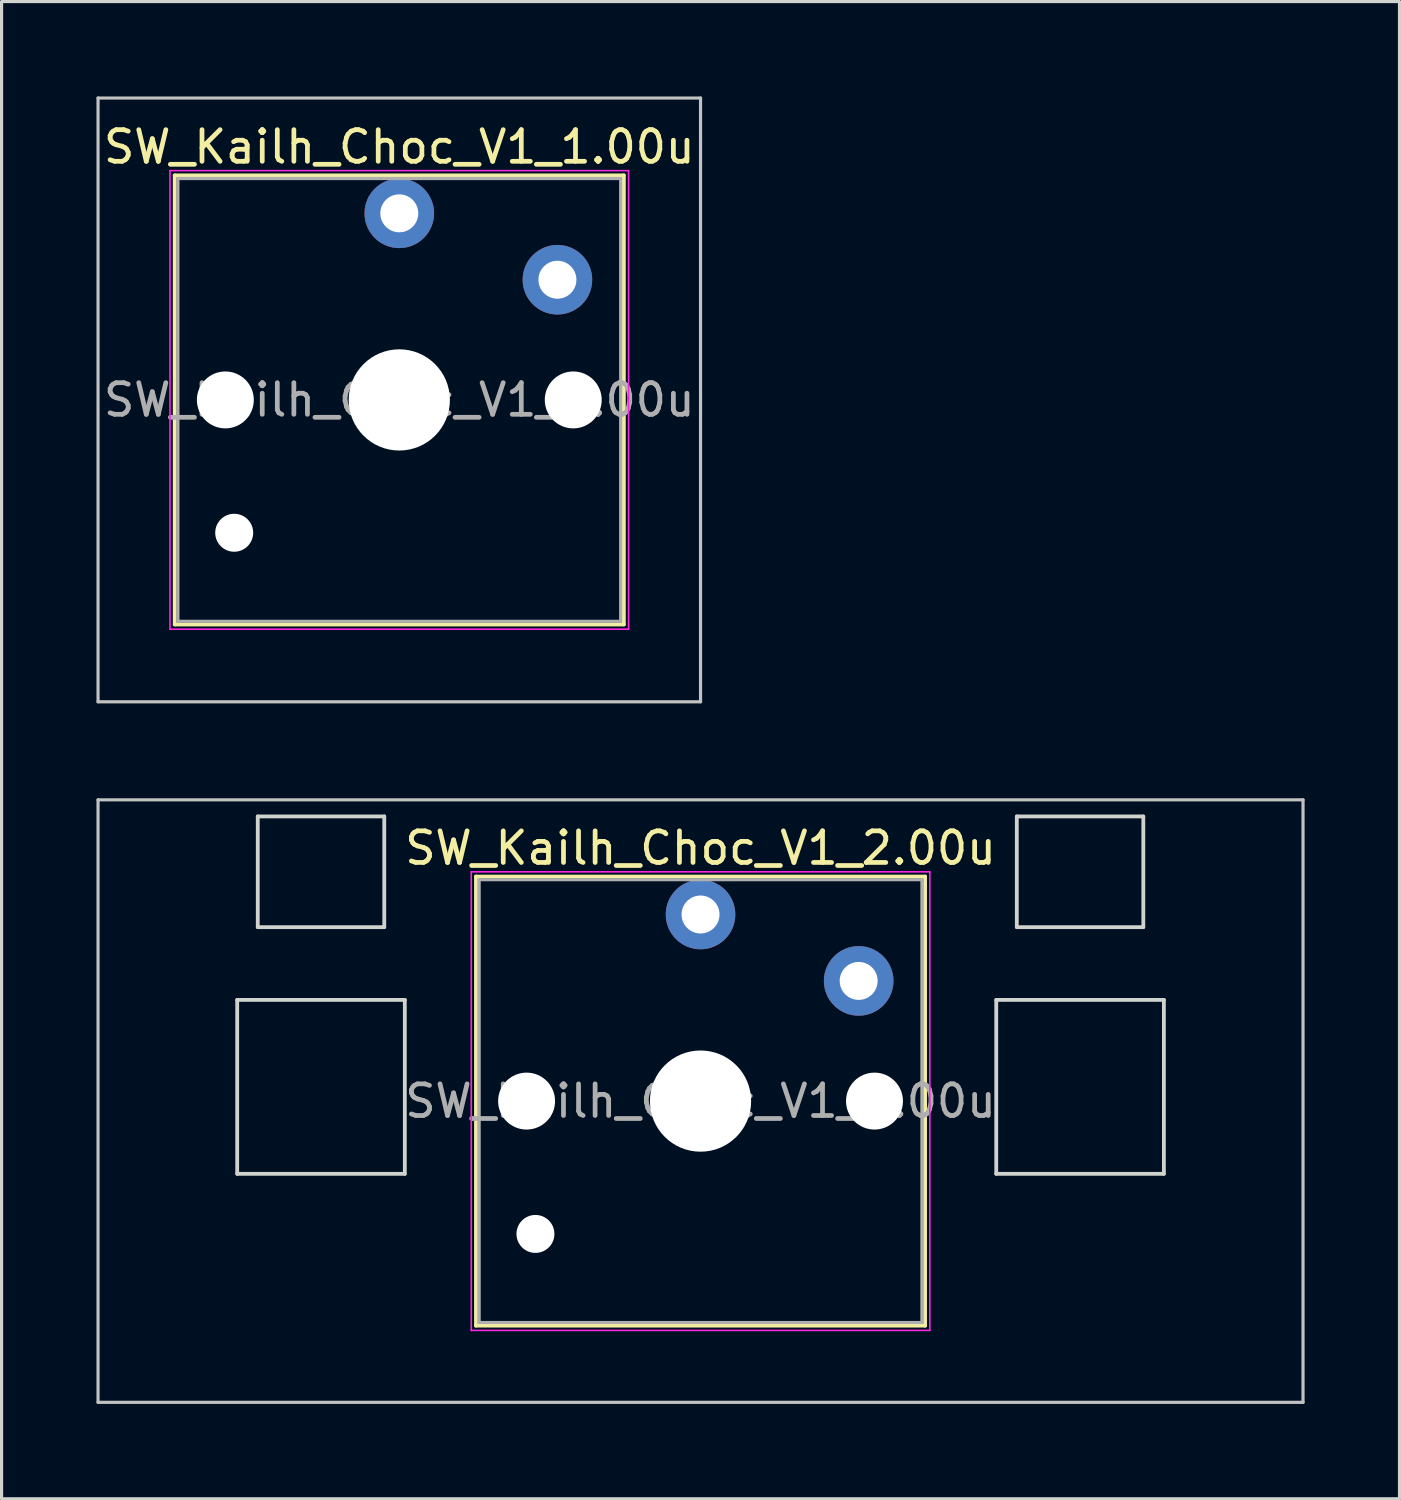
<source format=kicad_pcb>
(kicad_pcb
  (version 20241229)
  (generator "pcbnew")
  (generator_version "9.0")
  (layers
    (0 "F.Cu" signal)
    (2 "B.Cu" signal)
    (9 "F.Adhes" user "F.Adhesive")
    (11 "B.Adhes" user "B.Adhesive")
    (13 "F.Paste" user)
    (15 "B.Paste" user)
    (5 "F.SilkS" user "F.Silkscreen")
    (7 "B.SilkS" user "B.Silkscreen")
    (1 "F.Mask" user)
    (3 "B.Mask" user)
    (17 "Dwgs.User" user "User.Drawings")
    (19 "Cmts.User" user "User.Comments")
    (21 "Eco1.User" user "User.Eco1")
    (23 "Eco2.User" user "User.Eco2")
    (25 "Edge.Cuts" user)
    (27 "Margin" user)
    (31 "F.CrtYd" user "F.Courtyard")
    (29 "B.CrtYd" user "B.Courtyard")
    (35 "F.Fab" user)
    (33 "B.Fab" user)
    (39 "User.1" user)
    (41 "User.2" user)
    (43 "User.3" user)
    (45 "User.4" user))
  (footprint "SW_Kailh_Choc_V1_2.00u"
    (layer "F.Cu")
    (at 19.1 31.765)
    (property "Reference" "SW_Kailh_Choc_V1_2.00u" (at 0 -8 0) (layer "F.SilkS") (effects (font (size 1 1) (thickness 0.15))))
    (attr through_hole)
    (fp_line (start -7.1 -7.1) (end -7.1 7.1) (stroke (width 0.12) (type solid)) (layer "F.SilkS"))
    (fp_line (start -7.1 7.1) (end 7.1 7.1) (stroke (width 0.12) (type solid)) (layer "F.SilkS"))
    (fp_line (start 7.1 -7.1) (end -7.1 -7.1) (stroke (width 0.12) (type solid)) (layer "F.SilkS"))
    (fp_line (start 7.1 7.1) (end 7.1 -7.1) (stroke (width 0.12) (type solid)) (layer "F.SilkS"))
    (fp_line (start -19.05 -9.525) (end -19.05 9.525) (stroke (width 0.1) (type solid)) (layer "Dwgs.User"))
    (fp_line (start -19.05 -9.525) (end 19.05 -9.525) (stroke (width 0.1) (type solid)) (layer "Dwgs.User"))
    (fp_line (start -19.05 9.525) (end 19.05 9.525) (stroke (width 0.1) (type solid)) (layer "Dwgs.User"))
    (fp_line (start 19.05 -9.525) (end 19.05 9.525) (stroke (width 0.1) (type solid)) (layer "Dwgs.User"))
    (fp_line (start -14.65 -3.2) (end -14.65 2.3) (stroke (width 0.12) (type solid)) (layer "Edge.Cuts"))
    (fp_line (start -14.65 -3.2) (end -9.35 -3.2) (stroke (width 0.12) (type solid)) (layer "Edge.Cuts"))
    (fp_line (start -14.65 2.3) (end -9.35 2.3) (stroke (width 0.12) (type solid)) (layer "Edge.Cuts"))
    (fp_line (start -14 -9) (end -14 -5.5) (stroke (width 0.12) (type solid)) (layer "Edge.Cuts"))
    (fp_line (start -14 -9) (end -10 -9) (stroke (width 0.12) (type solid)) (layer "Edge.Cuts"))
    (fp_line (start -14 -5.5) (end -10 -5.5) (stroke (width 0.12) (type solid)) (layer "Edge.Cuts"))
    (fp_line (start -10 -5.5) (end -10 -9) (stroke (width 0.12) (type solid)) (layer "Edge.Cuts"))
    (fp_line (start -9.35 2.3) (end -9.35 -3.2) (stroke (width 0.12) (type solid)) (layer "Edge.Cuts"))
    (fp_line (start 9.35 -3.2) (end 9.35 2.3) (stroke (width 0.12) (type solid)) (layer "Edge.Cuts"))
    (fp_line (start 9.35 -3.2) (end 14.65 -3.2) (stroke (width 0.12) (type solid)) (layer "Edge.Cuts"))
    (fp_line (start 9.35 2.3) (end 14.65 2.3) (stroke (width 0.12) (type solid)) (layer "Edge.Cuts"))
    (fp_line (start 10 -9) (end 10 -5.5) (stroke (width 0.12) (type solid)) (layer "Edge.Cuts"))
    (fp_line (start 10 -9) (end 14 -9) (stroke (width 0.12) (type solid)) (layer "Edge.Cuts"))
    (fp_line (start 10 -5.5) (end 14 -5.5) (stroke (width 0.12) (type solid)) (layer "Edge.Cuts"))
    (fp_line (start 14 -5.5) (end 14 -9) (stroke (width 0.12) (type solid)) (layer "Edge.Cuts"))
    (fp_line (start 14.65 2.3) (end 14.65 -3.2) (stroke (width 0.12) (type solid)) (layer "Edge.Cuts"))
    (fp_line (start -7.25 -7.25) (end -7.25 7.25) (stroke (width 0.05) (type solid)) (layer "F.CrtYd"))
    (fp_line (start -7.25 7.25) (end 7.25 7.25) (stroke (width 0.05) (type solid)) (layer "F.CrtYd"))
    (fp_line (start 7.25 -7.25) (end -7.25 -7.25) (stroke (width 0.05) (type solid)) (layer "F.CrtYd"))
    (fp_line (start 7.25 7.25) (end 7.25 -7.25) (stroke (width 0.05) (type solid)) (layer "F.CrtYd"))
    (fp_line (start -7 -7) (end -7 7) (stroke (width 0.1) (type solid)) (layer "F.Fab"))
    (fp_line (start -7 7) (end 7 7) (stroke (width 0.1) (type solid)) (layer "F.Fab"))
    (fp_line (start 7 -7) (end -7 -7) (stroke (width 0.1) (type solid)) (layer "F.Fab"))
    (fp_line (start 7 7) (end 7 -7) (stroke (width 0.1) (type solid)) (layer "F.Fab"))
    (fp_text user "${REFERENCE}" (at 0 0 0) (layer "F.Fab") (effects (font (size 1 1) (thickness 0.15))))
    (pad "" np_thru_hole circle (at -5.5 0) (size 1.8 1.8) (drill 1.8) (layers "*.Cu" "*.Mask"))
    (pad "" np_thru_hole circle (at -5.22 4.2) (size 1.2 1.2) (drill 1.2) (layers "*.Cu" "*.Mask"))
    (pad "" np_thru_hole circle (at 0 0) (size 3.2 3.2) (drill 3.2) (layers "*.Cu" "*.Mask"))
    (pad "" np_thru_hole circle (at 5.5 0) (size 1.8 1.8) (drill 1.8) (layers "*.Cu" "*.Mask"))
    (pad "1" thru_hole circle (at 0 -5.9) (size 2.2 2.2) (drill 1.2) (layers "*.Cu" "B.Mask"))
    (pad "2" thru_hole circle (at 5 -3.8) (size 2.2 2.2) (drill 1.2) (layers "*.Cu" "B.Mask")))
  (footprint "SW_Kailh_Choc_V1_1.00u"
    (layer "F.Cu")
    (at 9.575 9.595)
    (property "Reference" "SW_Kailh_Choc_V1_1.00u" (at 0 -8 0) (layer "F.SilkS") (effects (font (size 1 1) (thickness 0.15))))
    (attr through_hole)
    (fp_line (start -7.1 -7.1) (end -7.1 7.1) (stroke (width 0.12) (type solid)) (layer "F.SilkS"))
    (fp_line (start -7.1 7.1) (end 7.1 7.1) (stroke (width 0.12) (type solid)) (layer "F.SilkS"))
    (fp_line (start 7.1 -7.1) (end -7.1 -7.1) (stroke (width 0.12) (type solid)) (layer "F.SilkS"))
    (fp_line (start 7.1 7.1) (end 7.1 -7.1) (stroke (width 0.12) (type solid)) (layer "F.SilkS"))
    (fp_line (start -9.525 -9.545) (end -9.525 9.545) (stroke (width 0.1) (type solid)) (layer "Dwgs.User"))
    (fp_line (start -9.525 -9.545) (end 9.525 -9.545) (stroke (width 0.1) (type solid)) (layer "Dwgs.User"))
    (fp_line (start -9.525 9.545) (end 9.525 9.545) (stroke (width 0.1) (type solid)) (layer "Dwgs.User"))
    (fp_line (start 9.525 9.545) (end 9.525 -9.545) (stroke (width 0.1) (type solid)) (layer "Dwgs.User"))
    (fp_line (start -7.25 -7.25) (end -7.25 7.25) (stroke (width 0.05) (type solid)) (layer "F.CrtYd"))
    (fp_line (start -7.25 7.25) (end 7.25 7.25) (stroke (width 0.05) (type solid)) (layer "F.CrtYd"))
    (fp_line (start 7.25 -7.25) (end -7.25 -7.25) (stroke (width 0.05) (type solid)) (layer "F.CrtYd"))
    (fp_line (start 7.25 7.25) (end 7.25 -7.25) (stroke (width 0.05) (type solid)) (layer "F.CrtYd"))
    (fp_line (start -7 -7) (end -7 7) (stroke (width 0.1) (type solid)) (layer "F.Fab"))
    (fp_line (start -7 7) (end 7 7) (stroke (width 0.1) (type solid)) (layer "F.Fab"))
    (fp_line (start 7 -7) (end -7 -7) (stroke (width 0.1) (type solid)) (layer "F.Fab"))
    (fp_line (start 7 7) (end 7 -7) (stroke (width 0.1) (type solid)) (layer "F.Fab"))
    (fp_text user "${REFERENCE}" (at 0 0 0) (layer "F.Fab") (effects (font (size 1 1) (thickness 0.15))))
    (pad "" np_thru_hole circle (at -5.5 0) (size 1.8 1.8) (drill 1.8) (layers "*.Cu" "*.Mask"))
    (pad "" np_thru_hole circle (at -5.22 4.2) (size 1.2 1.2) (drill 1.2) (layers "*.Cu" "*.Mask"))
    (pad "" np_thru_hole circle (at 0 0) (size 3.2 3.2) (drill 3.2) (layers "*.Cu" "*.Mask"))
    (pad "" np_thru_hole circle (at 5.5 0) (size 1.8 1.8) (drill 1.8) (layers "*.Cu" "*.Mask"))
    (pad "1" thru_hole circle (at 0 -5.9) (size 2.2 2.2) (drill 1.2) (layers "*.Cu" "B.Mask"))
    (pad "2" thru_hole circle (at 5 -3.8) (size 2.2 2.2) (drill 1.2) (layers "*.Cu" "B.Mask")))
  (gr_rect
    (start -3 -3)
    (end 41.2 44.34)
    (stroke (width 0.1) (type default))
    (fill no)
    (layer "Edge.Cuts")))
</source>
